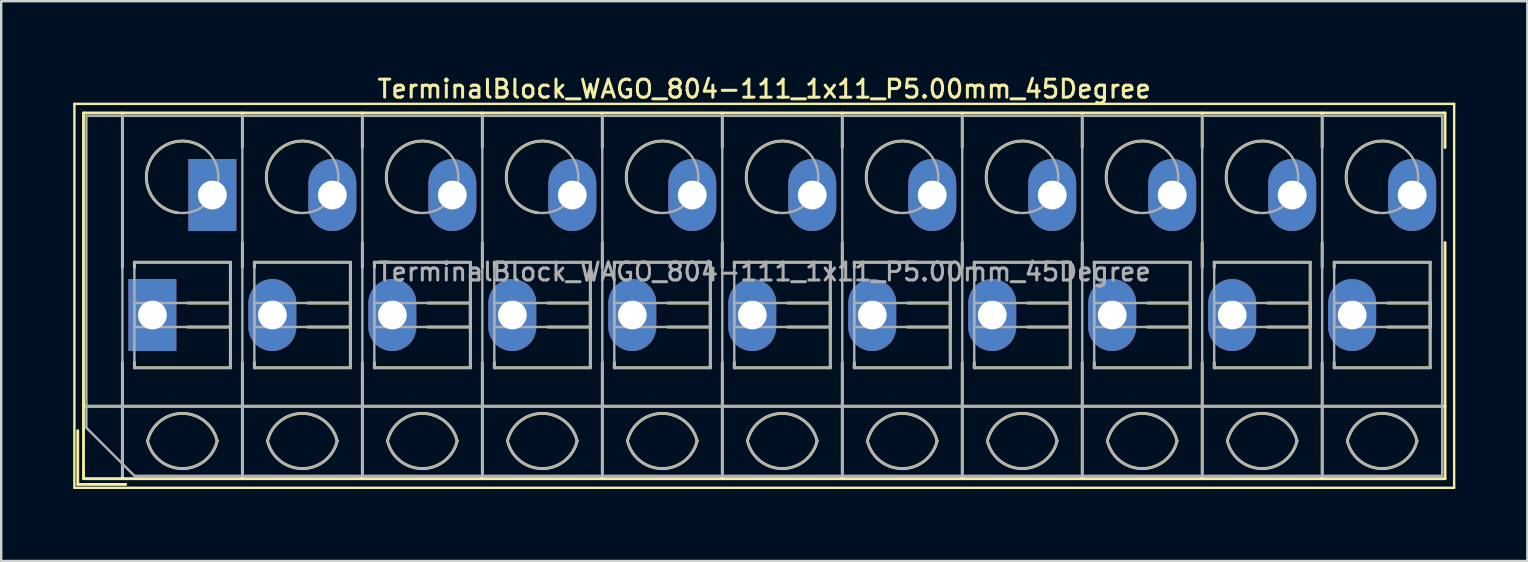
<source format=kicad_pcb>
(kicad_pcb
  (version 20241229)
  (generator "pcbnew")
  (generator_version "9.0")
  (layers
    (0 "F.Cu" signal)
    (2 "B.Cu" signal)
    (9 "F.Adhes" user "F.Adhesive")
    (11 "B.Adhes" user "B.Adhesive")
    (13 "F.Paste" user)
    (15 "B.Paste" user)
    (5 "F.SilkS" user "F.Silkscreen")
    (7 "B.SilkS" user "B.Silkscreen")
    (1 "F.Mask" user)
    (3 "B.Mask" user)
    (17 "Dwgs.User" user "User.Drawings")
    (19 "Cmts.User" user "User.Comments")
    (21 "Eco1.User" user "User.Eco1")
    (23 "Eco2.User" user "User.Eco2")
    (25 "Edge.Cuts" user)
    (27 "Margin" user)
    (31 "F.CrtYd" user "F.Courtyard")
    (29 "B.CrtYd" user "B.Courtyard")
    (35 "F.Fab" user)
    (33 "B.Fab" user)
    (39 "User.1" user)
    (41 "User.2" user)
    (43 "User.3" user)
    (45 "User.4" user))
  (footprint "TerminalBlock_WAGO_804-111_1x11_P5.00mm_45Degree"
    (layer "F.Cu")
    (at 3.3 10.078)
    (property "Reference" "TerminalBlock_WAGO_804-111_1x11_P5.00mm_45Degree" (at 25.5 -9.42 0) (layer "F.SilkS") (effects (font (size 0.75 0.75) (thickness 0.125))))
    (attr through_hole)
    (fp_line (start -3.25 -8.8) (end -3.25 7.2) (stroke (width 0.1) (type solid)) (layer "F.SilkS"))
    (fp_line (start -3.25 7.2) (end 54.25 7.2) (stroke (width 0.1) (type solid)) (layer "F.SilkS"))
    (fp_line (start -3.11 4.82) (end -3.11 7.06) (stroke (width 0.12) (type solid)) (layer "F.SilkS"))
    (fp_line (start -3.11 7.06) (end -1.11 7.06) (stroke (width 0.12) (type solid)) (layer "F.SilkS"))
    (fp_line (start -2.87 -8.42) (end -2.87 6.82) (stroke (width 0.12) (type solid)) (layer "F.SilkS"))
    (fp_line (start -2.87 -8.42) (end 53.87 -8.42) (stroke (width 0.12) (type solid)) (layer "F.SilkS"))
    (fp_line (start -2.87 3.8) (end 53.87 3.8) (stroke (width 0.12) (type solid)) (layer "F.SilkS"))
    (fp_line (start -2.87 6.82) (end 53.87 6.82) (stroke (width 0.12) (type solid)) (layer "F.SilkS"))
    (fp_line (start -1.25 -8.42) (end -1.25 -1.98) (stroke (width 0.12) (type solid)) (layer "F.SilkS"))
    (fp_line (start -1.25 1.98) (end -1.25 6.82) (stroke (width 0.12) (type solid)) (layer "F.SilkS"))
    (fp_line (start -0.75 -2.2) (end -0.75 -1.98) (stroke (width 0.12) (type solid)) (layer "F.SilkS"))
    (fp_line (start -0.75 -2.2) (end 3.25 -2.2) (stroke (width 0.12) (type solid)) (layer "F.SilkS"))
    (fp_line (start -0.75 1.98) (end -0.75 2.2) (stroke (width 0.12) (type solid)) (layer "F.SilkS"))
    (fp_line (start -0.75 2.2) (end 3.25 2.2) (stroke (width 0.12) (type solid)) (layer "F.SilkS"))
    (fp_line (start 1.48 -0.5) (end 3.25 -0.5) (stroke (width 0.12) (type solid)) (layer "F.SilkS"))
    (fp_line (start 1.48 0.5) (end 3.25 0.5) (stroke (width 0.12) (type solid)) (layer "F.SilkS"))
    (fp_line (start 3.25 -2.2) (end 3.25 2.2) (stroke (width 0.12) (type solid)) (layer "F.SilkS"))
    (fp_line (start 3.25 -0.5) (end 3.25 0.5) (stroke (width 0.12) (type solid)) (layer "F.SilkS"))
    (fp_line (start 3.75 -8.42) (end 3.75 -6.98) (stroke (width 0.12) (type solid)) (layer "F.SilkS"))
    (fp_line (start 3.75 -3.02) (end 3.75 -1.98) (stroke (width 0.12) (type solid)) (layer "F.SilkS"))
    (fp_line (start 3.75 1.98) (end 3.75 6.82) (stroke (width 0.12) (type solid)) (layer "F.SilkS"))
    (fp_line (start 4.25 -2.2) (end 4.25 -1.98) (stroke (width 0.12) (type solid)) (layer "F.SilkS"))
    (fp_line (start 4.25 -2.2) (end 8.25 -2.2) (stroke (width 0.12) (type solid)) (layer "F.SilkS"))
    (fp_line (start 4.25 1.98) (end 4.25 2.2) (stroke (width 0.12) (type solid)) (layer "F.SilkS"))
    (fp_line (start 4.25 2.2) (end 8.25 2.2) (stroke (width 0.12) (type solid)) (layer "F.SilkS"))
    (fp_line (start 6.48 -0.5) (end 8.25 -0.5) (stroke (width 0.12) (type solid)) (layer "F.SilkS"))
    (fp_line (start 6.48 0.5) (end 8.25 0.5) (stroke (width 0.12) (type solid)) (layer "F.SilkS"))
    (fp_line (start 8.25 -2.2) (end 8.25 2.2) (stroke (width 0.12) (type solid)) (layer "F.SilkS"))
    (fp_line (start 8.25 -0.5) (end 8.25 0.5) (stroke (width 0.12) (type solid)) (layer "F.SilkS"))
    (fp_line (start 8.75 -8.42) (end 8.75 -6.98) (stroke (width 0.12) (type solid)) (layer "F.SilkS"))
    (fp_line (start 8.75 -3.02) (end 8.75 -1.98) (stroke (width 0.12) (type solid)) (layer "F.SilkS"))
    (fp_line (start 8.75 1.98) (end 8.75 6.82) (stroke (width 0.12) (type solid)) (layer "F.SilkS"))
    (fp_line (start 9.25 -2.2) (end 9.25 -1.98) (stroke (width 0.12) (type solid)) (layer "F.SilkS"))
    (fp_line (start 9.25 -2.2) (end 13.25 -2.2) (stroke (width 0.12) (type solid)) (layer "F.SilkS"))
    (fp_line (start 9.25 1.98) (end 9.25 2.2) (stroke (width 0.12) (type solid)) (layer "F.SilkS"))
    (fp_line (start 9.25 2.2) (end 13.25 2.2) (stroke (width 0.12) (type solid)) (layer "F.SilkS"))
    (fp_line (start 11.48 -0.5) (end 13.25 -0.5) (stroke (width 0.12) (type solid)) (layer "F.SilkS"))
    (fp_line (start 11.48 0.5) (end 13.25 0.5) (stroke (width 0.12) (type solid)) (layer "F.SilkS"))
    (fp_line (start 13.25 -2.2) (end 13.25 2.2) (stroke (width 0.12) (type solid)) (layer "F.SilkS"))
    (fp_line (start 13.25 -0.5) (end 13.25 0.5) (stroke (width 0.12) (type solid)) (layer "F.SilkS"))
    (fp_line (start 13.75 -8.42) (end 13.75 -6.98) (stroke (width 0.12) (type solid)) (layer "F.SilkS"))
    (fp_line (start 13.75 -3.02) (end 13.75 -1.98) (stroke (width 0.12) (type solid)) (layer "F.SilkS"))
    (fp_line (start 13.75 1.98) (end 13.75 6.82) (stroke (width 0.12) (type solid)) (layer "F.SilkS"))
    (fp_line (start 14.25 -2.2) (end 14.25 -1.98) (stroke (width 0.12) (type solid)) (layer "F.SilkS"))
    (fp_line (start 14.25 -2.2) (end 18.25 -2.2) (stroke (width 0.12) (type solid)) (layer "F.SilkS"))
    (fp_line (start 14.25 1.98) (end 14.25 2.2) (stroke (width 0.12) (type solid)) (layer "F.SilkS"))
    (fp_line (start 14.25 2.2) (end 18.25 2.2) (stroke (width 0.12) (type solid)) (layer "F.SilkS"))
    (fp_line (start 16.48 -0.5) (end 18.25 -0.5) (stroke (width 0.12) (type solid)) (layer "F.SilkS"))
    (fp_line (start 16.48 0.5) (end 18.25 0.5) (stroke (width 0.12) (type solid)) (layer "F.SilkS"))
    (fp_line (start 18.25 -2.2) (end 18.25 2.2) (stroke (width 0.12) (type solid)) (layer "F.SilkS"))
    (fp_line (start 18.25 -0.5) (end 18.25 0.5) (stroke (width 0.12) (type solid)) (layer "F.SilkS"))
    (fp_line (start 18.75 -8.42) (end 18.75 -6.98) (stroke (width 0.12) (type solid)) (layer "F.SilkS"))
    (fp_line (start 18.75 -3.02) (end 18.75 -1.98) (stroke (width 0.12) (type solid)) (layer "F.SilkS"))
    (fp_line (start 18.75 1.98) (end 18.75 6.82) (stroke (width 0.12) (type solid)) (layer "F.SilkS"))
    (fp_line (start 19.25 -2.2) (end 19.25 -1.98) (stroke (width 0.12) (type solid)) (layer "F.SilkS"))
    (fp_line (start 19.25 -2.2) (end 23.25 -2.2) (stroke (width 0.12) (type solid)) (layer "F.SilkS"))
    (fp_line (start 19.25 1.98) (end 19.25 2.2) (stroke (width 0.12) (type solid)) (layer "F.SilkS"))
    (fp_line (start 19.25 2.2) (end 23.25 2.2) (stroke (width 0.12) (type solid)) (layer "F.SilkS"))
    (fp_line (start 21.48 -0.5) (end 23.25 -0.5) (stroke (width 0.12) (type solid)) (layer "F.SilkS"))
    (fp_line (start 21.48 0.5) (end 23.25 0.5) (stroke (width 0.12) (type solid)) (layer "F.SilkS"))
    (fp_line (start 23.25 -2.2) (end 23.25 2.2) (stroke (width 0.12) (type solid)) (layer "F.SilkS"))
    (fp_line (start 23.25 -0.5) (end 23.25 0.5) (stroke (width 0.12) (type solid)) (layer "F.SilkS"))
    (fp_line (start 23.75 -8.42) (end 23.75 -6.98) (stroke (width 0.12) (type solid)) (layer "F.SilkS"))
    (fp_line (start 23.75 -3.02) (end 23.75 -1.98) (stroke (width 0.12) (type solid)) (layer "F.SilkS"))
    (fp_line (start 23.75 1.98) (end 23.75 6.82) (stroke (width 0.12) (type solid)) (layer "F.SilkS"))
    (fp_line (start 24.25 -2.2) (end 24.25 -1.98) (stroke (width 0.12) (type solid)) (layer "F.SilkS"))
    (fp_line (start 24.25 -2.2) (end 28.25 -2.2) (stroke (width 0.12) (type solid)) (layer "F.SilkS"))
    (fp_line (start 24.25 1.98) (end 24.25 2.2) (stroke (width 0.12) (type solid)) (layer "F.SilkS"))
    (fp_line (start 24.25 2.2) (end 28.25 2.2) (stroke (width 0.12) (type solid)) (layer "F.SilkS"))
    (fp_line (start 26.48 -0.5) (end 28.25 -0.5) (stroke (width 0.12) (type solid)) (layer "F.SilkS"))
    (fp_line (start 26.48 0.5) (end 28.25 0.5) (stroke (width 0.12) (type solid)) (layer "F.SilkS"))
    (fp_line (start 28.25 -2.2) (end 28.25 2.2) (stroke (width 0.12) (type solid)) (layer "F.SilkS"))
    (fp_line (start 28.25 -0.5) (end 28.25 0.5) (stroke (width 0.12) (type solid)) (layer "F.SilkS"))
    (fp_line (start 28.75 -8.42) (end 28.75 -6.98) (stroke (width 0.12) (type solid)) (layer "F.SilkS"))
    (fp_line (start 28.75 -3.02) (end 28.75 -1.98) (stroke (width 0.12) (type solid)) (layer "F.SilkS"))
    (fp_line (start 28.75 1.98) (end 28.75 6.82) (stroke (width 0.12) (type solid)) (layer "F.SilkS"))
    (fp_line (start 29.25 -2.2) (end 29.25 -1.98) (stroke (width 0.12) (type solid)) (layer "F.SilkS"))
    (fp_line (start 29.25 -2.2) (end 33.25 -2.2) (stroke (width 0.12) (type solid)) (layer "F.SilkS"))
    (fp_line (start 29.25 1.98) (end 29.25 2.2) (stroke (width 0.12) (type solid)) (layer "F.SilkS"))
    (fp_line (start 29.25 2.2) (end 33.25 2.2) (stroke (width 0.12) (type solid)) (layer "F.SilkS"))
    (fp_line (start 31.48 -0.5) (end 33.25 -0.5) (stroke (width 0.12) (type solid)) (layer "F.SilkS"))
    (fp_line (start 31.48 0.5) (end 33.25 0.5) (stroke (width 0.12) (type solid)) (layer "F.SilkS"))
    (fp_line (start 33.25 -2.2) (end 33.25 2.2) (stroke (width 0.12) (type solid)) (layer "F.SilkS"))
    (fp_line (start 33.25 -0.5) (end 33.25 0.5) (stroke (width 0.12) (type solid)) (layer "F.SilkS"))
    (fp_line (start 33.75 -8.42) (end 33.75 -6.98) (stroke (width 0.12) (type solid)) (layer "F.SilkS"))
    (fp_line (start 33.75 -3.02) (end 33.75 -1.98) (stroke (width 0.12) (type solid)) (layer "F.SilkS"))
    (fp_line (start 33.75 1.98) (end 33.75 6.82) (stroke (width 0.12) (type solid)) (layer "F.SilkS"))
    (fp_line (start 34.25 -2.2) (end 34.25 -1.98) (stroke (width 0.12) (type solid)) (layer "F.SilkS"))
    (fp_line (start 34.25 -2.2) (end 38.25 -2.2) (stroke (width 0.12) (type solid)) (layer "F.SilkS"))
    (fp_line (start 34.25 1.98) (end 34.25 2.2) (stroke (width 0.12) (type solid)) (layer "F.SilkS"))
    (fp_line (start 34.25 2.2) (end 38.25 2.2) (stroke (width 0.12) (type solid)) (layer "F.SilkS"))
    (fp_line (start 36.48 -0.5) (end 38.25 -0.5) (stroke (width 0.12) (type solid)) (layer "F.SilkS"))
    (fp_line (start 36.48 0.5) (end 38.25 0.5) (stroke (width 0.12) (type solid)) (layer "F.SilkS"))
    (fp_line (start 38.25 -2.2) (end 38.25 2.2) (stroke (width 0.12) (type solid)) (layer "F.SilkS"))
    (fp_line (start 38.25 -0.5) (end 38.25 0.5) (stroke (width 0.12) (type solid)) (layer "F.SilkS"))
    (fp_line (start 38.75 -8.42) (end 38.75 -6.98) (stroke (width 0.12) (type solid)) (layer "F.SilkS"))
    (fp_line (start 38.75 -3.02) (end 38.75 -1.98) (stroke (width 0.12) (type solid)) (layer "F.SilkS"))
    (fp_line (start 38.75 1.98) (end 38.75 6.82) (stroke (width 0.12) (type solid)) (layer "F.SilkS"))
    (fp_line (start 39.25 -2.2) (end 39.25 -1.98) (stroke (width 0.12) (type solid)) (layer "F.SilkS"))
    (fp_line (start 39.25 -2.2) (end 43.25 -2.2) (stroke (width 0.12) (type solid)) (layer "F.SilkS"))
    (fp_line (start 39.25 1.98) (end 39.25 2.2) (stroke (width 0.12) (type solid)) (layer "F.SilkS"))
    (fp_line (start 39.25 2.2) (end 43.25 2.2) (stroke (width 0.12) (type solid)) (layer "F.SilkS"))
    (fp_line (start 41.48 -0.5) (end 43.25 -0.5) (stroke (width 0.12) (type solid)) (layer "F.SilkS"))
    (fp_line (start 41.48 0.5) (end 43.25 0.5) (stroke (width 0.12) (type solid)) (layer "F.SilkS"))
    (fp_line (start 43.25 -2.2) (end 43.25 2.2) (stroke (width 0.12) (type solid)) (layer "F.SilkS"))
    (fp_line (start 43.25 -0.5) (end 43.25 0.5) (stroke (width 0.12) (type solid)) (layer "F.SilkS"))
    (fp_line (start 43.75 -8.42) (end 43.75 -6.98) (stroke (width 0.12) (type solid)) (layer "F.SilkS"))
    (fp_line (start 43.75 -3.02) (end 43.75 -1.98) (stroke (width 0.12) (type solid)) (layer "F.SilkS"))
    (fp_line (start 43.75 1.98) (end 43.75 6.82) (stroke (width 0.12) (type solid)) (layer "F.SilkS"))
    (fp_line (start 44.25 -2.2) (end 44.25 -1.98) (stroke (width 0.12) (type solid)) (layer "F.SilkS"))
    (fp_line (start 44.25 -2.2) (end 48.25 -2.2) (stroke (width 0.12) (type solid)) (layer "F.SilkS"))
    (fp_line (start 44.25 1.98) (end 44.25 2.2) (stroke (width 0.12) (type solid)) (layer "F.SilkS"))
    (fp_line (start 44.25 2.2) (end 48.25 2.2) (stroke (width 0.12) (type solid)) (layer "F.SilkS"))
    (fp_line (start 46.48 -0.5) (end 48.25 -0.5) (stroke (width 0.12) (type solid)) (layer "F.SilkS"))
    (fp_line (start 46.48 0.5) (end 48.25 0.5) (stroke (width 0.12) (type solid)) (layer "F.SilkS"))
    (fp_line (start 48.25 -2.2) (end 48.25 2.2) (stroke (width 0.12) (type solid)) (layer "F.SilkS"))
    (fp_line (start 48.25 -0.5) (end 48.25 0.5) (stroke (width 0.12) (type solid)) (layer "F.SilkS"))
    (fp_line (start 48.75 -8.42) (end 48.75 -6.98) (stroke (width 0.12) (type solid)) (layer "F.SilkS"))
    (fp_line (start 48.75 -3.02) (end 48.75 -1.98) (stroke (width 0.12) (type solid)) (layer "F.SilkS"))
    (fp_line (start 48.75 1.98) (end 48.75 6.82) (stroke (width 0.12) (type solid)) (layer "F.SilkS"))
    (fp_line (start 49.25 -2.2) (end 49.25 -1.98) (stroke (width 0.12) (type solid)) (layer "F.SilkS"))
    (fp_line (start 49.25 -2.2) (end 53.25 -2.2) (stroke (width 0.12) (type solid)) (layer "F.SilkS"))
    (fp_line (start 49.25 1.98) (end 49.25 2.2) (stroke (width 0.12) (type solid)) (layer "F.SilkS"))
    (fp_line (start 49.25 2.2) (end 53.25 2.2) (stroke (width 0.12) (type solid)) (layer "F.SilkS"))
    (fp_line (start 51.48 -0.5) (end 53.25 -0.5) (stroke (width 0.12) (type solid)) (layer "F.SilkS"))
    (fp_line (start 51.48 0.5) (end 53.25 0.5) (stroke (width 0.12) (type solid)) (layer "F.SilkS"))
    (fp_line (start 53.25 -2.2) (end 53.25 2.2) (stroke (width 0.12) (type solid)) (layer "F.SilkS"))
    (fp_line (start 53.25 -0.5) (end 53.25 0.5) (stroke (width 0.12) (type solid)) (layer "F.SilkS"))
    (fp_line (start 53.87 -8.42) (end 53.87 -6.98) (stroke (width 0.12) (type solid)) (layer "F.SilkS"))
    (fp_line (start 53.87 -3.02) (end 53.87 6.82) (stroke (width 0.12) (type solid)) (layer "F.SilkS"))
    (fp_line (start 54.25 -8.8) (end -3.25 -8.8) (stroke (width 0.1) (type solid)) (layer "F.SilkS"))
    (fp_line (start 54.25 7.2) (end 54.25 -8.8) (stroke (width 0.1) (type solid)) (layer "F.SilkS"))
    (fp_arc (start -0.200865 5.250424) (mid 1.250296 4.099926) (end 2.701 5.251) (stroke (width 0.12) (type solid)) (layer "F.SilkS"))
    (fp_arc (start 1.040798 -4.264067) (mid -0.146039 -6.300306) (end 2.111 -6.979) (stroke (width 0.12) (type solid)) (layer "F.SilkS"))
    (fp_arc (start 2.7 5.25) (mid 1.250068 6.400101) (end -0.199969 5.250133) (stroke (width 0.12) (type solid)) (layer "F.SilkS"))
    (fp_arc (start 4.799135 5.250424) (mid 6.250296 4.099926) (end 7.701 5.251) (stroke (width 0.12) (type solid)) (layer "F.SilkS"))
    (fp_arc (start 6.040798 -4.264067) (mid 4.853961 -6.300306) (end 7.111 -6.979) (stroke (width 0.12) (type solid)) (layer "F.SilkS"))
    (fp_arc (start 7.7 5.25) (mid 6.250068 6.400101) (end 4.800031 5.250133) (stroke (width 0.12) (type solid)) (layer "F.SilkS"))
    (fp_arc (start 9.799135 5.250424) (mid 11.250296 4.099926) (end 12.701 5.251) (stroke (width 0.12) (type solid)) (layer "F.SilkS"))
    (fp_arc (start 11.040798 -4.264067) (mid 9.853961 -6.300306) (end 12.111 -6.979) (stroke (width 0.12) (type solid)) (layer "F.SilkS"))
    (fp_arc (start 12.7 5.25) (mid 11.250068 6.400101) (end 9.800031 5.250133) (stroke (width 0.12) (type solid)) (layer "F.SilkS"))
    (fp_arc (start 14.799135 5.250424) (mid 16.250296 4.099926) (end 17.701 5.251) (stroke (width 0.12) (type solid)) (layer "F.SilkS"))
    (fp_arc (start 16.040798 -4.264067) (mid 14.853961 -6.300306) (end 17.111 -6.979) (stroke (width 0.12) (type solid)) (layer "F.SilkS"))
    (fp_arc (start 17.7 5.25) (mid 16.250068 6.400101) (end 14.800031 5.250133) (stroke (width 0.12) (type solid)) (layer "F.SilkS"))
    (fp_arc (start 19.799135 5.250424) (mid 21.250296 4.099926) (end 22.701 5.251) (stroke (width 0.12) (type solid)) (layer "F.SilkS"))
    (fp_arc (start 21.040798 -4.264067) (mid 19.853961 -6.300306) (end 22.111 -6.979) (stroke (width 0.12) (type solid)) (layer "F.SilkS"))
    (fp_arc (start 22.7 5.25) (mid 21.250068 6.400101) (end 19.800031 5.250133) (stroke (width 0.12) (type solid)) (layer "F.SilkS"))
    (fp_arc (start 24.799135 5.250424) (mid 26.250296 4.099926) (end 27.701 5.251) (stroke (width 0.12) (type solid)) (layer "F.SilkS"))
    (fp_arc (start 26.040798 -4.264067) (mid 24.853961 -6.300306) (end 27.111 -6.979) (stroke (width 0.12) (type solid)) (layer "F.SilkS"))
    (fp_arc (start 27.7 5.25) (mid 26.250068 6.400101) (end 24.800031 5.250133) (stroke (width 0.12) (type solid)) (layer "F.SilkS"))
    (fp_arc (start 29.799135 5.250424) (mid 31.250296 4.099926) (end 32.701 5.251) (stroke (width 0.12) (type solid)) (layer "F.SilkS"))
    (fp_arc (start 31.040798 -4.264067) (mid 29.853961 -6.300306) (end 32.111 -6.979) (stroke (width 0.12) (type solid)) (layer "F.SilkS"))
    (fp_arc (start 32.701 5.25) (mid 31.250296 6.401074) (end 29.799135 5.250576) (stroke (width 0.12) (type solid)) (layer "F.SilkS"))
    (fp_arc (start 34.799135 5.250424) (mid 36.250296 4.099926) (end 37.701 5.251) (stroke (width 0.12) (type solid)) (layer "F.SilkS"))
    (fp_arc (start 36.040798 -4.264067) (mid 34.853961 -6.300306) (end 37.111 -6.979) (stroke (width 0.12) (type solid)) (layer "F.SilkS"))
    (fp_arc (start 37.7 5.25) (mid 36.250068 6.400101) (end 34.800031 5.250133) (stroke (width 0.12) (type solid)) (layer "F.SilkS"))
    (fp_arc (start 39.799135 5.250424) (mid 41.250296 4.099926) (end 42.701 5.251) (stroke (width 0.12) (type solid)) (layer "F.SilkS"))
    (fp_arc (start 41.040798 -4.264067) (mid 39.853961 -6.300306) (end 42.111 -6.979) (stroke (width 0.12) (type solid)) (layer "F.SilkS"))
    (fp_arc (start 42.7 5.25) (mid 41.250068 6.400101) (end 39.800031 5.250133) (stroke (width 0.12) (type solid)) (layer "F.SilkS"))
    (fp_arc (start 44.799135 5.250424) (mid 46.250296 4.099926) (end 47.701 5.251) (stroke (width 0.12) (type solid)) (layer "F.SilkS"))
    (fp_arc (start 46.040798 -4.264067) (mid 44.853961 -6.300306) (end 47.111 -6.979) (stroke (width 0.12) (type solid)) (layer "F.SilkS"))
    (fp_arc (start 47.7 5.25) (mid 46.250068 6.400101) (end 44.800031 5.250133) (stroke (width 0.12) (type solid)) (layer "F.SilkS"))
    (fp_arc (start 49.799135 5.250424) (mid 51.250296 4.099926) (end 52.701 5.251) (stroke (width 0.12) (type solid)) (layer "F.SilkS"))
    (fp_arc (start 51.040798 -4.264067) (mid 49.853961 -6.300306) (end 52.111 -6.979) (stroke (width 0.12) (type solid)) (layer "F.SilkS"))
    (fp_arc (start 52.7 5.25) (mid 51.250068 6.400101) (end 49.800031 5.250133) (stroke (width 0.12) (type solid)) (layer "F.SilkS"))
    (fp_line (start -2.75 -8.3) (end 53.75 -8.3) (stroke (width 0.1) (type solid)) (layer "F.Fab"))
    (fp_line (start -2.75 3.8) (end 53.75 3.8) (stroke (width 0.1) (type solid)) (layer "F.Fab"))
    (fp_line (start -2.75 4.7) (end -2.75 -8.3) (stroke (width 0.1) (type solid)) (layer "F.Fab"))
    (fp_line (start -1.25 -8.3) (end -1.25 6.7) (stroke (width 0.1) (type solid)) (layer "F.Fab"))
    (fp_line (start -0.75 -2.2) (end -0.75 2.2) (stroke (width 0.1) (type solid)) (layer "F.Fab"))
    (fp_line (start -0.75 -0.5) (end -0.75 0.5) (stroke (width 0.1) (type solid)) (layer "F.Fab"))
    (fp_line (start -0.75 0.5) (end 3.25 0.5) (stroke (width 0.1) (type solid)) (layer "F.Fab"))
    (fp_line (start -0.75 2.2) (end 3.25 2.2) (stroke (width 0.1) (type solid)) (layer "F.Fab"))
    (fp_line (start -0.75 6.7) (end -2.75 4.7) (stroke (width 0.1) (type solid)) (layer "F.Fab"))
    (fp_line (start 3.25 -2.2) (end -0.75 -2.2) (stroke (width 0.1) (type solid)) (layer "F.Fab"))
    (fp_line (start 3.25 -0.5) (end -0.75 -0.5) (stroke (width 0.1) (type solid)) (layer "F.Fab"))
    (fp_line (start 3.25 0.5) (end 3.25 -0.5) (stroke (width 0.1) (type solid)) (layer "F.Fab"))
    (fp_line (start 3.25 2.2) (end 3.25 -2.2) (stroke (width 0.1) (type solid)) (layer "F.Fab"))
    (fp_line (start 3.75 -8.3) (end 3.75 6.7) (stroke (width 0.1) (type solid)) (layer "F.Fab"))
    (fp_line (start 4.25 -2.2) (end 4.25 2.2) (stroke (width 0.1) (type solid)) (layer "F.Fab"))
    (fp_line (start 4.25 -0.5) (end 4.25 0.5) (stroke (width 0.1) (type solid)) (layer "F.Fab"))
    (fp_line (start 4.25 0.5) (end 8.25 0.5) (stroke (width 0.1) (type solid)) (layer "F.Fab"))
    (fp_line (start 4.25 2.2) (end 8.25 2.2) (stroke (width 0.1) (type solid)) (layer "F.Fab"))
    (fp_line (start 8.25 -2.2) (end 4.25 -2.2) (stroke (width 0.1) (type solid)) (layer "F.Fab"))
    (fp_line (start 8.25 -0.5) (end 4.25 -0.5) (stroke (width 0.1) (type solid)) (layer "F.Fab"))
    (fp_line (start 8.25 0.5) (end 8.25 -0.5) (stroke (width 0.1) (type solid)) (layer "F.Fab"))
    (fp_line (start 8.25 2.2) (end 8.25 -2.2) (stroke (width 0.1) (type solid)) (layer "F.Fab"))
    (fp_line (start 8.75 -8.3) (end 8.75 6.7) (stroke (width 0.1) (type solid)) (layer "F.Fab"))
    (fp_line (start 9.25 -2.2) (end 9.25 2.2) (stroke (width 0.1) (type solid)) (layer "F.Fab"))
    (fp_line (start 9.25 -0.5) (end 9.25 0.5) (stroke (width 0.1) (type solid)) (layer "F.Fab"))
    (fp_line (start 9.25 0.5) (end 13.25 0.5) (stroke (width 0.1) (type solid)) (layer "F.Fab"))
    (fp_line (start 9.25 2.2) (end 13.25 2.2) (stroke (width 0.1) (type solid)) (layer "F.Fab"))
    (fp_line (start 13.25 -2.2) (end 9.25 -2.2) (stroke (width 0.1) (type solid)) (layer "F.Fab"))
    (fp_line (start 13.25 -0.5) (end 9.25 -0.5) (stroke (width 0.1) (type solid)) (layer "F.Fab"))
    (fp_line (start 13.25 0.5) (end 13.25 -0.5) (stroke (width 0.1) (type solid)) (layer "F.Fab"))
    (fp_line (start 13.25 2.2) (end 13.25 -2.2) (stroke (width 0.1) (type solid)) (layer "F.Fab"))
    (fp_line (start 13.75 -8.3) (end 13.75 6.7) (stroke (width 0.1) (type solid)) (layer "F.Fab"))
    (fp_line (start 14.25 -2.2) (end 14.25 2.2) (stroke (width 0.1) (type solid)) (layer "F.Fab"))
    (fp_line (start 14.25 -0.5) (end 14.25 0.5) (stroke (width 0.1) (type solid)) (layer "F.Fab"))
    (fp_line (start 14.25 0.5) (end 18.25 0.5) (stroke (width 0.1) (type solid)) (layer "F.Fab"))
    (fp_line (start 14.25 2.2) (end 18.25 2.2) (stroke (width 0.1) (type solid)) (layer "F.Fab"))
    (fp_line (start 18.25 -2.2) (end 14.25 -2.2) (stroke (width 0.1) (type solid)) (layer "F.Fab"))
    (fp_line (start 18.25 -0.5) (end 14.25 -0.5) (stroke (width 0.1) (type solid)) (layer "F.Fab"))
    (fp_line (start 18.25 0.5) (end 18.25 -0.5) (stroke (width 0.1) (type solid)) (layer "F.Fab"))
    (fp_line (start 18.25 2.2) (end 18.25 -2.2) (stroke (width 0.1) (type solid)) (layer "F.Fab"))
    (fp_line (start 18.75 -8.3) (end 18.75 6.7) (stroke (width 0.1) (type solid)) (layer "F.Fab"))
    (fp_line (start 19.25 -2.2) (end 19.25 2.2) (stroke (width 0.1) (type solid)) (layer "F.Fab"))
    (fp_line (start 19.25 -0.5) (end 19.25 0.5) (stroke (width 0.1) (type solid)) (layer "F.Fab"))
    (fp_line (start 19.25 0.5) (end 23.25 0.5) (stroke (width 0.1) (type solid)) (layer "F.Fab"))
    (fp_line (start 19.25 2.2) (end 23.25 2.2) (stroke (width 0.1) (type solid)) (layer "F.Fab"))
    (fp_line (start 23.25 -2.2) (end 19.25 -2.2) (stroke (width 0.1) (type solid)) (layer "F.Fab"))
    (fp_line (start 23.25 -0.5) (end 19.25 -0.5) (stroke (width 0.1) (type solid)) (layer "F.Fab"))
    (fp_line (start 23.25 0.5) (end 23.25 -0.5) (stroke (width 0.1) (type solid)) (layer "F.Fab"))
    (fp_line (start 23.25 2.2) (end 23.25 -2.2) (stroke (width 0.1) (type solid)) (layer "F.Fab"))
    (fp_line (start 23.75 -8.3) (end 23.75 6.7) (stroke (width 0.1) (type solid)) (layer "F.Fab"))
    (fp_line (start 24.25 -2.2) (end 24.25 2.2) (stroke (width 0.1) (type solid)) (layer "F.Fab"))
    (fp_line (start 24.25 -0.5) (end 24.25 0.5) (stroke (width 0.1) (type solid)) (layer "F.Fab"))
    (fp_line (start 24.25 0.5) (end 28.25 0.5) (stroke (width 0.1) (type solid)) (layer "F.Fab"))
    (fp_line (start 24.25 2.2) (end 28.25 2.2) (stroke (width 0.1) (type solid)) (layer "F.Fab"))
    (fp_line (start 28.25 -2.2) (end 24.25 -2.2) (stroke (width 0.1) (type solid)) (layer "F.Fab"))
    (fp_line (start 28.25 -0.5) (end 24.25 -0.5) (stroke (width 0.1) (type solid)) (layer "F.Fab"))
    (fp_line (start 28.25 0.5) (end 28.25 -0.5) (stroke (width 0.1) (type solid)) (layer "F.Fab"))
    (fp_line (start 28.25 2.2) (end 28.25 -2.2) (stroke (width 0.1) (type solid)) (layer "F.Fab"))
    (fp_line (start 28.75 -8.3) (end 28.75 6.7) (stroke (width 0.1) (type solid)) (layer "F.Fab"))
    (fp_line (start 29.25 -2.2) (end 29.25 2.2) (stroke (width 0.1) (type solid)) (layer "F.Fab"))
    (fp_line (start 29.25 -0.5) (end 29.25 0.5) (stroke (width 0.1) (type solid)) (layer "F.Fab"))
    (fp_line (start 29.25 0.5) (end 33.25 0.5) (stroke (width 0.1) (type solid)) (layer "F.Fab"))
    (fp_line (start 29.25 2.2) (end 33.25 2.2) (stroke (width 0.1) (type solid)) (layer "F.Fab"))
    (fp_line (start 33.25 -2.2) (end 29.25 -2.2) (stroke (width 0.1) (type solid)) (layer "F.Fab"))
    (fp_line (start 33.25 -0.5) (end 29.25 -0.5) (stroke (width 0.1) (type solid)) (layer "F.Fab"))
    (fp_line (start 33.25 0.5) (end 33.25 -0.5) (stroke (width 0.1) (type solid)) (layer "F.Fab"))
    (fp_line (start 33.25 2.2) (end 33.25 -2.2) (stroke (width 0.1) (type solid)) (layer "F.Fab"))
    (fp_line (start 33.75 -8.3) (end 33.75 6.7) (stroke (width 0.1) (type solid)) (layer "F.Fab"))
    (fp_line (start 34.25 -2.2) (end 34.25 2.2) (stroke (width 0.1) (type solid)) (layer "F.Fab"))
    (fp_line (start 34.25 -0.5) (end 34.25 0.5) (stroke (width 0.1) (type solid)) (layer "F.Fab"))
    (fp_line (start 34.25 0.5) (end 38.25 0.5) (stroke (width 0.1) (type solid)) (layer "F.Fab"))
    (fp_line (start 34.25 2.2) (end 38.25 2.2) (stroke (width 0.1) (type solid)) (layer "F.Fab"))
    (fp_line (start 38.25 -2.2) (end 34.25 -2.2) (stroke (width 0.1) (type solid)) (layer "F.Fab"))
    (fp_line (start 38.25 -0.5) (end 34.25 -0.5) (stroke (width 0.1) (type solid)) (layer "F.Fab"))
    (fp_line (start 38.25 0.5) (end 38.25 -0.5) (stroke (width 0.1) (type solid)) (layer "F.Fab"))
    (fp_line (start 38.25 2.2) (end 38.25 -2.2) (stroke (width 0.1) (type solid)) (layer "F.Fab"))
    (fp_line (start 38.75 -8.3) (end 38.75 6.7) (stroke (width 0.1) (type solid)) (layer "F.Fab"))
    (fp_line (start 39.25 -2.2) (end 39.25 2.2) (stroke (width 0.1) (type solid)) (layer "F.Fab"))
    (fp_line (start 39.25 -0.5) (end 39.25 0.5) (stroke (width 0.1) (type solid)) (layer "F.Fab"))
    (fp_line (start 39.25 0.5) (end 43.25 0.5) (stroke (width 0.1) (type solid)) (layer "F.Fab"))
    (fp_line (start 39.25 2.2) (end 43.25 2.2) (stroke (width 0.1) (type solid)) (layer "F.Fab"))
    (fp_line (start 43.25 -2.2) (end 39.25 -2.2) (stroke (width 0.1) (type solid)) (layer "F.Fab"))
    (fp_line (start 43.25 -0.5) (end 39.25 -0.5) (stroke (width 0.1) (type solid)) (layer "F.Fab"))
    (fp_line (start 43.25 0.5) (end 43.25 -0.5) (stroke (width 0.1) (type solid)) (layer "F.Fab"))
    (fp_line (start 43.25 2.2) (end 43.25 -2.2) (stroke (width 0.1) (type solid)) (layer "F.Fab"))
    (fp_line (start 43.75 -8.3) (end 43.75 6.7) (stroke (width 0.1) (type solid)) (layer "F.Fab"))
    (fp_line (start 44.25 -2.2) (end 44.25 2.2) (stroke (width 0.1) (type solid)) (layer "F.Fab"))
    (fp_line (start 44.25 -0.5) (end 44.25 0.5) (stroke (width 0.1) (type solid)) (layer "F.Fab"))
    (fp_line (start 44.25 0.5) (end 48.25 0.5) (stroke (width 0.1) (type solid)) (layer "F.Fab"))
    (fp_line (start 44.25 2.2) (end 48.25 2.2) (stroke (width 0.1) (type solid)) (layer "F.Fab"))
    (fp_line (start 48.25 -2.2) (end 44.25 -2.2) (stroke (width 0.1) (type solid)) (layer "F.Fab"))
    (fp_line (start 48.25 -0.5) (end 44.25 -0.5) (stroke (width 0.1) (type solid)) (layer "F.Fab"))
    (fp_line (start 48.25 0.5) (end 48.25 -0.5) (stroke (width 0.1) (type solid)) (layer "F.Fab"))
    (fp_line (start 48.25 2.2) (end 48.25 -2.2) (stroke (width 0.1) (type solid)) (layer "F.Fab"))
    (fp_line (start 48.75 -8.3) (end 48.75 6.7) (stroke (width 0.1) (type solid)) (layer "F.Fab"))
    (fp_line (start 49.25 -2.2) (end 49.25 2.2) (stroke (width 0.1) (type solid)) (layer "F.Fab"))
    (fp_line (start 49.25 -0.5) (end 49.25 0.5) (stroke (width 0.1) (type solid)) (layer "F.Fab"))
    (fp_line (start 49.25 0.5) (end 53.25 0.5) (stroke (width 0.1) (type solid)) (layer "F.Fab"))
    (fp_line (start 49.25 2.2) (end 53.25 2.2) (stroke (width 0.1) (type solid)) (layer "F.Fab"))
    (fp_line (start 53.25 -2.2) (end 49.25 -2.2) (stroke (width 0.1) (type solid)) (layer "F.Fab"))
    (fp_line (start 53.25 -0.5) (end 49.25 -0.5) (stroke (width 0.1) (type solid)) (layer "F.Fab"))
    (fp_line (start 53.25 0.5) (end 53.25 -0.5) (stroke (width 0.1) (type solid)) (layer "F.Fab"))
    (fp_line (start 53.25 2.2) (end 53.25 -2.2) (stroke (width 0.1) (type solid)) (layer "F.Fab"))
    (fp_line (start 53.75 -8.3) (end 53.75 6.7) (stroke (width 0.1) (type solid)) (layer "F.Fab"))
    (fp_line (start 53.75 6.7) (end -0.75 6.7) (stroke (width 0.1) (type solid)) (layer "F.Fab"))
    (fp_arc (start -0.200865 5.250424) (mid 1.250296 4.099926) (end 2.701 5.251) (stroke (width 0.1) (type solid)) (layer "F.Fab"))
    (fp_arc (start 2.7 5.25) (mid 1.250068 6.400101) (end -0.199969 5.250133) (stroke (width 0.1) (type solid)) (layer "F.Fab"))
    (fp_arc (start 4.799135 5.250424) (mid 6.250296 4.099926) (end 7.701 5.251) (stroke (width 0.1) (type solid)) (layer "F.Fab"))
    (fp_arc (start 7.7 5.25) (mid 6.250068 6.400101) (end 4.800031 5.250133) (stroke (width 0.1) (type solid)) (layer "F.Fab"))
    (fp_arc (start 9.799135 5.250424) (mid 11.250296 4.099926) (end 12.701 5.251) (stroke (width 0.1) (type solid)) (layer "F.Fab"))
    (fp_arc (start 12.7 5.25) (mid 11.250068 6.400101) (end 9.800031 5.250133) (stroke (width 0.1) (type solid)) (layer "F.Fab"))
    (fp_arc (start 14.799135 5.250424) (mid 16.250296 4.099926) (end 17.701 5.251) (stroke (width 0.1) (type solid)) (layer "F.Fab"))
    (fp_arc (start 17.7 5.25) (mid 16.250068 6.400101) (end 14.800031 5.250133) (stroke (width 0.1) (type solid)) (layer "F.Fab"))
    (fp_arc (start 19.799135 5.250424) (mid 21.250296 4.099926) (end 22.701 5.251) (stroke (width 0.1) (type solid)) (layer "F.Fab"))
    (fp_arc (start 22.7 5.25) (mid 21.250068 6.400101) (end 19.800031 5.250133) (stroke (width 0.1) (type solid)) (layer "F.Fab"))
    (fp_arc (start 24.799135 5.250424) (mid 26.250296 4.099926) (end 27.701 5.251) (stroke (width 0.1) (type solid)) (layer "F.Fab"))
    (fp_arc (start 27.7 5.25) (mid 26.250068 6.400101) (end 24.800031 5.250133) (stroke (width 0.1) (type solid)) (layer "F.Fab"))
    (fp_arc (start 29.799135 5.250424) (mid 31.250296 4.099926) (end 32.701 5.251) (stroke (width 0.1) (type solid)) (layer "F.Fab"))
    (fp_arc (start 32.701 5.25) (mid 31.250296 6.401074) (end 29.799135 5.250576) (stroke (width 0.1) (type solid)) (layer "F.Fab"))
    (fp_arc (start 34.799135 5.250424) (mid 36.250296 4.099926) (end 37.701 5.251) (stroke (width 0.1) (type solid)) (layer "F.Fab"))
    (fp_arc (start 37.7 5.25) (mid 36.250068 6.400101) (end 34.800031 5.250133) (stroke (width 0.1) (type solid)) (layer "F.Fab"))
    (fp_arc (start 39.799135 5.250424) (mid 41.250296 4.099926) (end 42.701 5.251) (stroke (width 0.1) (type solid)) (layer "F.Fab"))
    (fp_arc (start 42.7 5.25) (mid 41.250068 6.400101) (end 39.800031 5.250133) (stroke (width 0.1) (type solid)) (layer "F.Fab"))
    (fp_arc (start 44.799135 5.250424) (mid 46.250296 4.099926) (end 47.701 5.251) (stroke (width 0.1) (type solid)) (layer "F.Fab"))
    (fp_arc (start 47.7 5.25) (mid 46.250068 6.400101) (end 44.800031 5.250133) (stroke (width 0.1) (type solid)) (layer "F.Fab"))
    (fp_arc (start 49.799135 5.250424) (mid 51.250296 4.099926) (end 52.701 5.251) (stroke (width 0.1) (type solid)) (layer "F.Fab"))
    (fp_arc (start 52.7 5.25) (mid 51.250068 6.400101) (end 49.800031 5.250133) (stroke (width 0.1) (type solid)) (layer "F.Fab"))
    (fp_circle (center 1.25 -5.75) (end 2.75 -5.75) (stroke (width 0.1) (type solid)) (fill no) (layer "F.Fab"))
    (fp_circle (center 6.25 -5.75) (end 7.75 -5.75) (stroke (width 0.1) (type solid)) (fill no) (layer "F.Fab"))
    (fp_circle (center 11.25 -5.75) (end 12.75 -5.75) (stroke (width 0.1) (type solid)) (fill no) (layer "F.Fab"))
    (fp_circle (center 16.25 -5.75) (end 17.75 -5.75) (stroke (width 0.1) (type solid)) (fill no) (layer "F.Fab"))
    (fp_circle (center 21.25 -5.75) (end 22.75 -5.75) (stroke (width 0.1) (type solid)) (fill no) (layer "F.Fab"))
    (fp_circle (center 26.25 -5.75) (end 27.75 -5.75) (stroke (width 0.1) (type solid)) (fill no) (layer "F.Fab"))
    (fp_circle (center 31.25 -5.75) (end 32.75 -5.75) (stroke (width 0.1) (type solid)) (fill no) (layer "F.Fab"))
    (fp_circle (center 36.25 -5.75) (end 37.75 -5.75) (stroke (width 0.1) (type solid)) (fill no) (layer "F.Fab"))
    (fp_circle (center 41.25 -5.75) (end 42.75 -5.75) (stroke (width 0.1) (type solid)) (fill no) (layer "F.Fab"))
    (fp_circle (center 46.25 -5.75) (end 47.75 -5.75) (stroke (width 0.1) (type solid)) (fill no) (layer "F.Fab"))
    (fp_circle (center 51.25 -5.75) (end 52.75 -5.75) (stroke (width 0.1) (type solid)) (fill no) (layer "F.Fab"))
    (fp_text user "${REFERENCE}" (at 25.5 -1.8 0) (layer "F.Fab") (effects (font (size 0.75 0.75) (thickness 0.125))))
    (pad "1" thru_hole rect (at 0 0) (size 2 3) (drill 1.2) (layers "*.Cu" "*.Mask"))
    (pad "1" thru_hole rect (at 2.5 -5) (size 2 3) (drill 1.2) (layers "*.Cu" "*.Mask"))
    (pad "2" thru_hole oval (at 5 0) (size 2 3) (drill 1.2) (layers "*.Cu" "*.Mask"))
    (pad "2" thru_hole oval (at 7.5 -5) (size 2 3) (drill 1.2) (layers "*.Cu" "*.Mask"))
    (pad "3" thru_hole oval (at 10 0) (size 2 3) (drill 1.2) (layers "*.Cu" "*.Mask"))
    (pad "3" thru_hole oval (at 12.5 -5) (size 2 3) (drill 1.2) (layers "*.Cu" "*.Mask"))
    (pad "4" thru_hole oval (at 15 0) (size 2 3) (drill 1.2) (layers "*.Cu" "*.Mask"))
    (pad "4" thru_hole oval (at 17.5 -5) (size 2 3) (drill 1.2) (layers "*.Cu" "*.Mask"))
    (pad "5" thru_hole oval (at 20 0) (size 2 3) (drill 1.2) (layers "*.Cu" "*.Mask"))
    (pad "5" thru_hole oval (at 22.5 -5) (size 2 3) (drill 1.2) (layers "*.Cu" "*.Mask"))
    (pad "6" thru_hole oval (at 25 0) (size 2 3) (drill 1.2) (layers "*.Cu" "*.Mask"))
    (pad "6" thru_hole oval (at 27.5 -5) (size 2 3) (drill 1.2) (layers "*.Cu" "*.Mask"))
    (pad "7" thru_hole oval (at 30 0) (size 2 3) (drill 1.2) (layers "*.Cu" "*.Mask"))
    (pad "7" thru_hole oval (at 32.5 -5) (size 2 3) (drill 1.2) (layers "*.Cu" "*.Mask"))
    (pad "8" thru_hole oval (at 35 0) (size 2 3) (drill 1.2) (layers "*.Cu" "*.Mask"))
    (pad "8" thru_hole oval (at 37.5 -5) (size 2 3) (drill 1.2) (layers "*.Cu" "*.Mask"))
    (pad "9" thru_hole oval (at 40 0) (size 2 3) (drill 1.2) (layers "*.Cu" "*.Mask"))
    (pad "9" thru_hole oval (at 42.5 -5) (size 2 3) (drill 1.2) (layers "*.Cu" "*.Mask"))
    (pad "10" thru_hole oval (at 45 0) (size 2 3) (drill 1.2) (layers "*.Cu" "*.Mask"))
    (pad "10" thru_hole oval (at 47.5 -5) (size 2 3) (drill 1.2) (layers "*.Cu" "*.Mask"))
    (pad "11" thru_hole oval (at 50 0) (size 2 3) (drill 1.2) (layers "*.Cu" "*.Mask"))
    (pad "11" thru_hole oval (at 52.5 -5) (size 2 3) (drill 1.2) (layers "*.Cu" "*.Mask")))
  (gr_rect
    (start -3 -3)
    (end 60.6 20.328)
    (stroke (width 0.1) (type default))
    (fill no)
    (layer "Edge.Cuts")))
</source>
